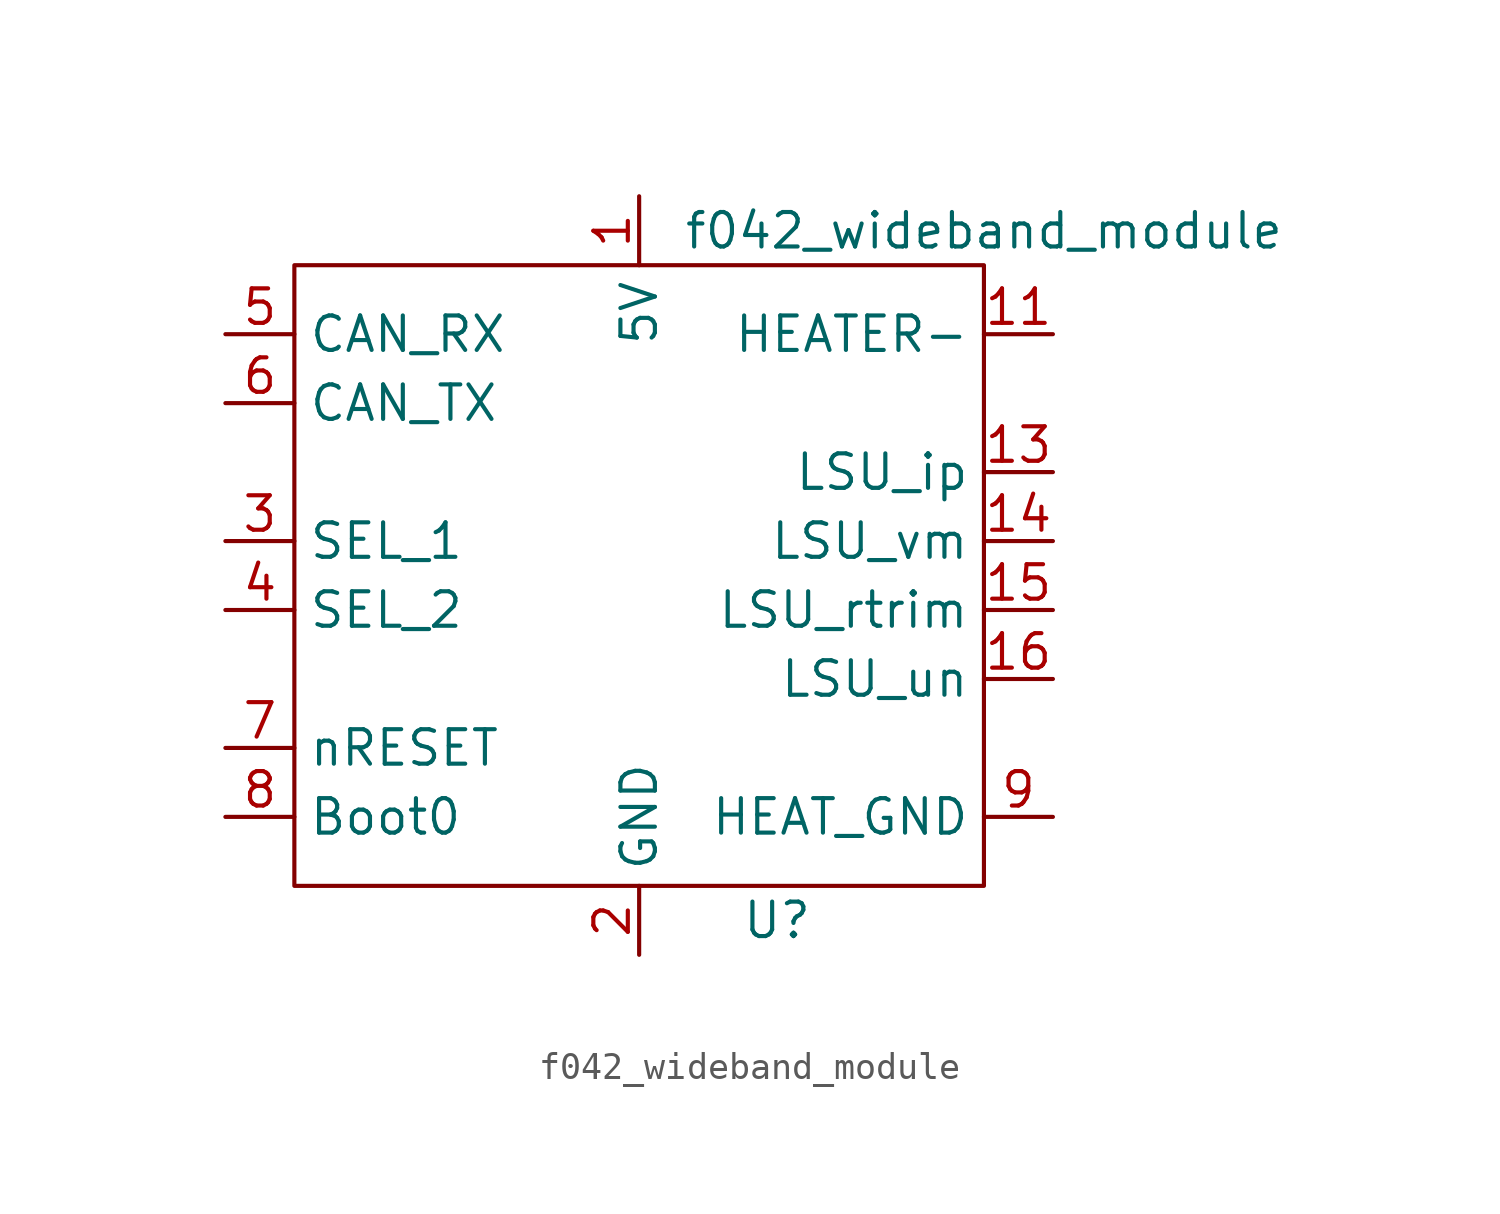
<source format=kicad_sym>
(kicad_symbol_lib
  (version 20211014)
  (generator kicad_symbol_editor)
  (symbol "f042_wideband_module"
    (property "Reference" "U"
      (at 5.08 -12.7 0)
      (effects (font (size 1.27 1.27))))
    (property "Value" "f042_wideband_module"
      (at 12.7 12.7 0)
      (effects (font (size 1.27 1.27))))
    (symbol "f042_wideband_module_0_1"
      (rectangle (start -12.7 11.43) (end 12.7 -11.43) (stroke (width 0) (type default) (color 0 0 0 0)) (fill (type none))))
    (symbol "f042_wideband_module_1_1"
      (pin power_in line (at 0 13.97 270) (length 2.54) (name "5V" (effects (font (size 1.27 1.27)))) (number "1" (effects (font (size 1.27 1.27)))))
      (pin power_in line (at 15.24 -8.89 180) (length 2.54) hide (name "HEAT_GND2" (effects (font (size 1.27 1.27)))) (number "10" (effects (font (size 1.27 1.27)))))
      (pin power_out line (at 15.24 8.89 180) (length 2.54) (name "HEATER-" (effects (font (size 1.27 1.27)))) (number "11" (effects (font (size 1.27 1.27)))))
      (pin power_out line (at 15.24 8.89 180) (length 2.54) hide (name "HEATER-" (effects (font (size 1.27 1.27)))) (number "12" (effects (font (size 1.27 1.27)))))
      (pin bidirectional line (at 15.24 3.81 180) (length 2.54) (name "LSU_ip" (effects (font (size 1.27 1.27)))) (number "13" (effects (font (size 1.27 1.27)))))
      (pin bidirectional line (at 15.24 1.27 180) (length 2.54) (name "LSU_vm" (effects (font (size 1.27 1.27)))) (number "14" (effects (font (size 1.27 1.27)))))
      (pin bidirectional line (at 15.24 -1.27 180) (length 2.54) (name "LSU_rtrim" (effects (font (size 1.27 1.27)))) (number "15" (effects (font (size 1.27 1.27)))))
      (pin bidirectional line (at 15.24 -3.81 180) (length 2.54) (name "LSU_un" (effects (font (size 1.27 1.27)))) (number "16" (effects (font (size 1.27 1.27)))))
      (pin power_in line (at 0 -13.97 90) (length 2.54) (name "GND" (effects (font (size 1.27 1.27)))) (number "2" (effects (font (size 1.27 1.27)))))
      (pin input line (at -15.24 1.27 0) (length 2.54) (name "SEL_1" (effects (font (size 1.27 1.27)))) (number "3" (effects (font (size 1.27 1.27)))))
      (pin input line (at -15.24 -1.27 0) (length 2.54) (name "SEL_2" (effects (font (size 1.27 1.27)))) (number "4" (effects (font (size 1.27 1.27)))))
      (pin input line (at -15.24 8.89 0) (length 2.54) (name "CAN_RX" (effects (font (size 1.27 1.27)))) (number "5" (effects (font (size 1.27 1.27)))))
      (pin output line (at -15.24 6.35 0) (length 2.54) (name "CAN_TX" (effects (font (size 1.27 1.27)))) (number "6" (effects (font (size 1.27 1.27)))))
      (pin input line (at -15.24 -6.35 0) (length 2.54) (name "nRESET" (effects (font (size 1.27 1.27)))) (number "7" (effects (font (size 1.27 1.27)))))
      (pin input line (at -15.24 -8.89 0) (length 2.54) (name "Boot0" (effects (font (size 1.27 1.27)))) (number "8" (effects (font (size 1.27 1.27)))))
      (pin power_in line (at 15.24 -8.89 180) (length 2.54) (name "HEAT_GND" (effects (font (size 1.27 1.27)))) (number "9" (effects (font (size 1.27 1.27))))))))
</source>
